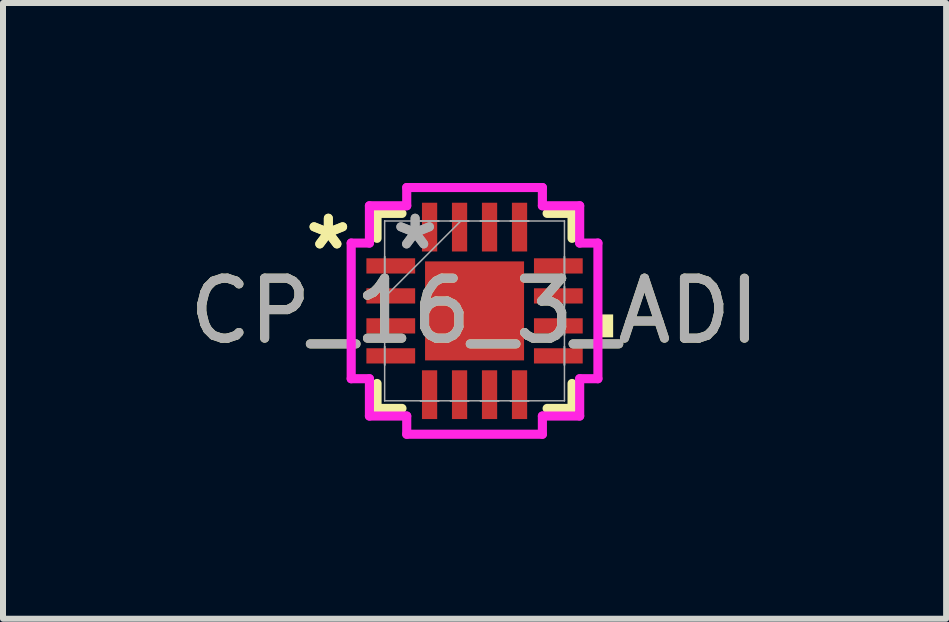
<source format=kicad_pcb>
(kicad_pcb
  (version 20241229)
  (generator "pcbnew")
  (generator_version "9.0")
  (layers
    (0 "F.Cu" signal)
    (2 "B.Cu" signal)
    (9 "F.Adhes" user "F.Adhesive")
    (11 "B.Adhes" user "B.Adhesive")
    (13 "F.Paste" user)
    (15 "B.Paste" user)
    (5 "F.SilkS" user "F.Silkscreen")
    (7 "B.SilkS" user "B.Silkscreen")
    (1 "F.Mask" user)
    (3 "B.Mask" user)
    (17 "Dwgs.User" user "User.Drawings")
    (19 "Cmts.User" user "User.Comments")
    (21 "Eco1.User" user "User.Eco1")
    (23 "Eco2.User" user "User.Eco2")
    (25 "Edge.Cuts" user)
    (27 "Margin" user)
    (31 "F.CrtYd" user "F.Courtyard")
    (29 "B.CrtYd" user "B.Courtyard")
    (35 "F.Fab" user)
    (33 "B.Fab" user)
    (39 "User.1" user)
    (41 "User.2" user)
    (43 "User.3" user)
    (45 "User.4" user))
  (footprint "CP_16_3_ADI"
    (layer "F.Cu")
    (at 4.863 2.134)
    (property "Reference" "CP_16_3_ADI" (at 0 0 0) (unlocked yes) (layer "F.SilkS") (effects (font (size 1 1) (thickness 0.15))))
    (attr smd)
    (fp_line (start -1.626 -1.626) (end -1.626 -1.21) (stroke (width 0.152) (type solid)) (layer "F.SilkS"))
    (fp_line (start -1.626 1.21) (end -1.626 1.626) (stroke (width 0.152) (type solid)) (layer "F.SilkS"))
    (fp_line (start -1.626 1.626) (end -1.21 1.626) (stroke (width 0.152) (type solid)) (layer "F.SilkS"))
    (fp_line (start -1.21 -1.626) (end -1.626 -1.626) (stroke (width 0.152) (type solid)) (layer "F.SilkS"))
    (fp_line (start 1.21 1.626) (end 1.626 1.626) (stroke (width 0.152) (type solid)) (layer "F.SilkS"))
    (fp_line (start 1.626 -1.626) (end 1.21 -1.626) (stroke (width 0.152) (type solid)) (layer "F.SilkS"))
    (fp_line (start 1.626 -1.21) (end 1.626 -1.626) (stroke (width 0.152) (type solid)) (layer "F.SilkS"))
    (fp_line (start 1.626 1.626) (end 1.626 1.21) (stroke (width 0.152) (type solid)) (layer "F.SilkS"))
    (fp_poly (pts (xy 2.311 0.059) (xy 2.311 0.441) (xy 2.057 0.441) (xy 2.057 0.059)) (stroke (width 0) (type solid)) (fill yes) (layer "F.SilkS"))
    (fp_line (start -2.057 -1.131) (end -1.753 -1.131) (stroke (width 0.152) (type solid)) (layer "F.CrtYd"))
    (fp_line (start -2.057 1.131) (end -2.057 -1.131) (stroke (width 0.152) (type solid)) (layer "F.CrtYd"))
    (fp_line (start -1.753 -1.753) (end -1.131 -1.753) (stroke (width 0.152) (type solid)) (layer "F.CrtYd"))
    (fp_line (start -1.753 -1.131) (end -1.753 -1.753) (stroke (width 0.152) (type solid)) (layer "F.CrtYd"))
    (fp_line (start -1.753 1.131) (end -2.057 1.131) (stroke (width 0.152) (type solid)) (layer "F.CrtYd"))
    (fp_line (start -1.753 1.753) (end -1.753 1.131) (stroke (width 0.152) (type solid)) (layer "F.CrtYd"))
    (fp_line (start -1.131 -2.057) (end 1.131 -2.057) (stroke (width 0.152) (type solid)) (layer "F.CrtYd"))
    (fp_line (start -1.131 -1.753) (end -1.131 -2.057) (stroke (width 0.152) (type solid)) (layer "F.CrtYd"))
    (fp_line (start -1.131 1.753) (end -1.753 1.753) (stroke (width 0.152) (type solid)) (layer "F.CrtYd"))
    (fp_line (start -1.131 2.057) (end -1.131 1.753) (stroke (width 0.152) (type solid)) (layer "F.CrtYd"))
    (fp_line (start 1.131 -2.057) (end 1.131 -1.753) (stroke (width 0.152) (type solid)) (layer "F.CrtYd"))
    (fp_line (start 1.131 -1.753) (end 1.753 -1.753) (stroke (width 0.152) (type solid)) (layer "F.CrtYd"))
    (fp_line (start 1.131 1.753) (end 1.131 2.057) (stroke (width 0.152) (type solid)) (layer "F.CrtYd"))
    (fp_line (start 1.131 2.057) (end -1.131 2.057) (stroke (width 0.152) (type solid)) (layer "F.CrtYd"))
    (fp_line (start 1.753 -1.753) (end 1.753 -1.131) (stroke (width 0.152) (type solid)) (layer "F.CrtYd"))
    (fp_line (start 1.753 -1.131) (end 2.057 -1.131) (stroke (width 0.152) (type solid)) (layer "F.CrtYd"))
    (fp_line (start 1.753 1.131) (end 1.753 1.753) (stroke (width 0.152) (type solid)) (layer "F.CrtYd"))
    (fp_line (start 1.753 1.753) (end 1.131 1.753) (stroke (width 0.152) (type solid)) (layer "F.CrtYd"))
    (fp_line (start 2.057 -1.131) (end 2.057 1.131) (stroke (width 0.152) (type solid)) (layer "F.CrtYd"))
    (fp_line (start 2.057 1.131) (end 1.753 1.131) (stroke (width 0.152) (type solid)) (layer "F.CrtYd"))
    (fp_line (start -1.499 -1.499) (end -1.499 -1.499) (stroke (width 0.025) (type solid)) (layer "F.Fab"))
    (fp_line (start -1.499 -1.499) (end -1.499 1.499) (stroke (width 0.025) (type solid)) (layer "F.Fab"))
    (fp_line (start -1.499 -0.902) (end -1.499 -0.902) (stroke (width 0.025) (type solid)) (layer "F.Fab"))
    (fp_line (start -1.499 -0.902) (end -1.499 -0.598) (stroke (width 0.025) (type solid)) (layer "F.Fab"))
    (fp_line (start -1.499 -0.598) (end -1.499 -0.902) (stroke (width 0.025) (type solid)) (layer "F.Fab"))
    (fp_line (start -1.499 -0.598) (end -1.499 -0.598) (stroke (width 0.025) (type solid)) (layer "F.Fab"))
    (fp_line (start -1.499 -0.402) (end -1.499 -0.402) (stroke (width 0.025) (type solid)) (layer "F.Fab"))
    (fp_line (start -1.499 -0.402) (end -1.499 -0.098) (stroke (width 0.025) (type solid)) (layer "F.Fab"))
    (fp_line (start -1.499 -0.229) (end -0.229 -1.499) (stroke (width 0.025) (type solid)) (layer "F.Fab"))
    (fp_line (start -1.499 -0.098) (end -1.499 -0.402) (stroke (width 0.025) (type solid)) (layer "F.Fab"))
    (fp_line (start -1.499 -0.098) (end -1.499 -0.098) (stroke (width 0.025) (type solid)) (layer "F.Fab"))
    (fp_line (start -1.499 0.098) (end -1.499 0.098) (stroke (width 0.025) (type solid)) (layer "F.Fab"))
    (fp_line (start -1.499 0.098) (end -1.499 0.402) (stroke (width 0.025) (type solid)) (layer "F.Fab"))
    (fp_line (start -1.499 0.402) (end -1.499 0.098) (stroke (width 0.025) (type solid)) (layer "F.Fab"))
    (fp_line (start -1.499 0.402) (end -1.499 0.402) (stroke (width 0.025) (type solid)) (layer "F.Fab"))
    (fp_line (start -1.499 0.598) (end -1.499 0.598) (stroke (width 0.025) (type solid)) (layer "F.Fab"))
    (fp_line (start -1.499 0.598) (end -1.499 0.902) (stroke (width 0.025) (type solid)) (layer "F.Fab"))
    (fp_line (start -1.499 0.902) (end -1.499 0.598) (stroke (width 0.025) (type solid)) (layer "F.Fab"))
    (fp_line (start -1.499 0.902) (end -1.499 0.902) (stroke (width 0.025) (type solid)) (layer "F.Fab"))
    (fp_line (start -1.499 1.499) (end -1.499 1.499) (stroke (width 0.025) (type solid)) (layer "F.Fab"))
    (fp_line (start -1.499 1.499) (end 1.499 1.499) (stroke (width 0.025) (type solid)) (layer "F.Fab"))
    (fp_line (start -0.902 -1.499) (end -0.902 -1.499) (stroke (width 0.025) (type solid)) (layer "F.Fab"))
    (fp_line (start -0.902 -1.499) (end -0.598 -1.499) (stroke (width 0.025) (type solid)) (layer "F.Fab"))
    (fp_line (start -0.902 1.499) (end -0.902 1.499) (stroke (width 0.025) (type solid)) (layer "F.Fab"))
    (fp_line (start -0.902 1.499) (end -0.598 1.499) (stroke (width 0.025) (type solid)) (layer "F.Fab"))
    (fp_line (start -0.598 -1.499) (end -0.902 -1.499) (stroke (width 0.025) (type solid)) (layer "F.Fab"))
    (fp_line (start -0.598 -1.499) (end -0.598 -1.499) (stroke (width 0.025) (type solid)) (layer "F.Fab"))
    (fp_line (start -0.598 1.499) (end -0.902 1.499) (stroke (width 0.025) (type solid)) (layer "F.Fab"))
    (fp_line (start -0.598 1.499) (end -0.598 1.499) (stroke (width 0.025) (type solid)) (layer "F.Fab"))
    (fp_line (start -0.402 -1.499) (end -0.402 -1.499) (stroke (width 0.025) (type solid)) (layer "F.Fab"))
    (fp_line (start -0.402 -1.499) (end -0.098 -1.499) (stroke (width 0.025) (type solid)) (layer "F.Fab"))
    (fp_line (start -0.402 1.499) (end -0.402 1.499) (stroke (width 0.025) (type solid)) (layer "F.Fab"))
    (fp_line (start -0.402 1.499) (end -0.098 1.499) (stroke (width 0.025) (type solid)) (layer "F.Fab"))
    (fp_line (start -0.098 -1.499) (end -0.402 -1.499) (stroke (width 0.025) (type solid)) (layer "F.Fab"))
    (fp_line (start -0.098 -1.499) (end -0.098 -1.499) (stroke (width 0.025) (type solid)) (layer "F.Fab"))
    (fp_line (start -0.098 1.499) (end -0.402 1.499) (stroke (width 0.025) (type solid)) (layer "F.Fab"))
    (fp_line (start -0.098 1.499) (end -0.098 1.499) (stroke (width 0.025) (type solid)) (layer "F.Fab"))
    (fp_line (start 0.098 -1.499) (end 0.098 -1.499) (stroke (width 0.025) (type solid)) (layer "F.Fab"))
    (fp_line (start 0.098 -1.499) (end 0.402 -1.499) (stroke (width 0.025) (type solid)) (layer "F.Fab"))
    (fp_line (start 0.098 1.499) (end 0.098 1.499) (stroke (width 0.025) (type solid)) (layer "F.Fab"))
    (fp_line (start 0.098 1.499) (end 0.402 1.499) (stroke (width 0.025) (type solid)) (layer "F.Fab"))
    (fp_line (start 0.402 -1.499) (end 0.098 -1.499) (stroke (width 0.025) (type solid)) (layer "F.Fab"))
    (fp_line (start 0.402 -1.499) (end 0.402 -1.499) (stroke (width 0.025) (type solid)) (layer "F.Fab"))
    (fp_line (start 0.402 1.499) (end 0.098 1.499) (stroke (width 0.025) (type solid)) (layer "F.Fab"))
    (fp_line (start 0.402 1.499) (end 0.402 1.499) (stroke (width 0.025) (type solid)) (layer "F.Fab"))
    (fp_line (start 0.598 -1.499) (end 0.598 -1.499) (stroke (width 0.025) (type solid)) (layer "F.Fab"))
    (fp_line (start 0.598 -1.499) (end 0.902 -1.499) (stroke (width 0.025) (type solid)) (layer "F.Fab"))
    (fp_line (start 0.598 1.499) (end 0.598 1.499) (stroke (width 0.025) (type solid)) (layer "F.Fab"))
    (fp_line (start 0.598 1.499) (end 0.902 1.499) (stroke (width 0.025) (type solid)) (layer "F.Fab"))
    (fp_line (start 0.902 -1.499) (end 0.598 -1.499) (stroke (width 0.025) (type solid)) (layer "F.Fab"))
    (fp_line (start 0.902 -1.499) (end 0.902 -1.499) (stroke (width 0.025) (type solid)) (layer "F.Fab"))
    (fp_line (start 0.902 1.499) (end 0.598 1.499) (stroke (width 0.025) (type solid)) (layer "F.Fab"))
    (fp_line (start 0.902 1.499) (end 0.902 1.499) (stroke (width 0.025) (type solid)) (layer "F.Fab"))
    (fp_line (start 1.499 -1.499) (end -1.499 -1.499) (stroke (width 0.025) (type solid)) (layer "F.Fab"))
    (fp_line (start 1.499 -1.499) (end 1.499 -1.499) (stroke (width 0.025) (type solid)) (layer "F.Fab"))
    (fp_line (start 1.499 -0.902) (end 1.499 -0.902) (stroke (width 0.025) (type solid)) (layer "F.Fab"))
    (fp_line (start 1.499 -0.902) (end 1.499 -0.598) (stroke (width 0.025) (type solid)) (layer "F.Fab"))
    (fp_line (start 1.499 -0.598) (end 1.499 -0.902) (stroke (width 0.025) (type solid)) (layer "F.Fab"))
    (fp_line (start 1.499 -0.598) (end 1.499 -0.598) (stroke (width 0.025) (type solid)) (layer "F.Fab"))
    (fp_line (start 1.499 -0.402) (end 1.499 -0.402) (stroke (width 0.025) (type solid)) (layer "F.Fab"))
    (fp_line (start 1.499 -0.402) (end 1.499 -0.098) (stroke (width 0.025) (type solid)) (layer "F.Fab"))
    (fp_line (start 1.499 -0.098) (end 1.499 -0.402) (stroke (width 0.025) (type solid)) (layer "F.Fab"))
    (fp_line (start 1.499 -0.098) (end 1.499 -0.098) (stroke (width 0.025) (type solid)) (layer "F.Fab"))
    (fp_line (start 1.499 0.098) (end 1.499 0.098) (stroke (width 0.025) (type solid)) (layer "F.Fab"))
    (fp_line (start 1.499 0.098) (end 1.499 0.402) (stroke (width 0.025) (type solid)) (layer "F.Fab"))
    (fp_line (start 1.499 0.402) (end 1.499 0.098) (stroke (width 0.025) (type solid)) (layer "F.Fab"))
    (fp_line (start 1.499 0.402) (end 1.499 0.402) (stroke (width 0.025) (type solid)) (layer "F.Fab"))
    (fp_line (start 1.499 0.598) (end 1.499 0.598) (stroke (width 0.025) (type solid)) (layer "F.Fab"))
    (fp_line (start 1.499 0.598) (end 1.499 0.902) (stroke (width 0.025) (type solid)) (layer "F.Fab"))
    (fp_line (start 1.499 0.902) (end 1.499 0.598) (stroke (width 0.025) (type solid)) (layer "F.Fab"))
    (fp_line (start 1.499 0.902) (end 1.499 0.902) (stroke (width 0.025) (type solid)) (layer "F.Fab"))
    (fp_line (start 1.499 1.499) (end 1.499 -1.499) (stroke (width 0.025) (type solid)) (layer "F.Fab"))
    (fp_line (start 1.499 1.499) (end 1.499 1.499) (stroke (width 0.025) (type solid)) (layer "F.Fab"))
    (fp_text user "*" (at -2.438 -1 0) (unlocked yes) (layer "F.SilkS") (effects (font (size 1 1) (thickness 0.15))))
    (fp_text user "*" (at -2.438 -1 0) (layer "F.SilkS") (effects (font (size 1 1) (thickness 0.15))))
    (fp_text user "*" (at -0.991 -1 0) (unlocked yes) (layer "F.Fab") (effects (font (size 1 1) (thickness 0.15))))
    (fp_text user "${REFERENCE}" (at 0 0 0) (unlocked yes) (layer "F.Fab") (effects (font (size 1 1) (thickness 0.15))))
    (fp_text user "*" (at -0.991 -1 0) (layer "F.Fab") (effects (font (size 1 1) (thickness 0.15))))
    (pad "1" smd rect (at -1.397 -0.75 90) (size 0.254 0.813) (layers "F.Cu" "F.Mask" "F.Paste"))
    (pad "2" smd rect (at -1.397 -0.25 90) (size 0.254 0.813) (layers "F.Cu" "F.Mask" "F.Paste"))
    (pad "3" smd rect (at -1.397 0.25 90) (size 0.254 0.813) (layers "F.Cu" "F.Mask" "F.Paste"))
    (pad "4" smd rect (at -1.397 0.75 90) (size 0.254 0.813) (layers "F.Cu" "F.Mask" "F.Paste"))
    (pad "5" smd rect (at -0.75 1.397) (size 0.254 0.813) (layers "F.Cu" "F.Mask" "F.Paste"))
    (pad "6" smd rect (at -0.25 1.397) (size 0.254 0.813) (layers "F.Cu" "F.Mask" "F.Paste"))
    (pad "7" smd rect (at 0.25 1.397) (size 0.254 0.813) (layers "F.Cu" "F.Mask" "F.Paste"))
    (pad "8" smd rect (at 0.75 1.397) (size 0.254 0.813) (layers "F.Cu" "F.Mask" "F.Paste"))
    (pad "9" smd rect (at 1.397 0.75 90) (size 0.254 0.813) (layers "F.Cu" "F.Mask" "F.Paste"))
    (pad "10" smd rect (at 1.397 0.25 90) (size 0.254 0.813) (layers "F.Cu" "F.Mask" "F.Paste"))
    (pad "11" smd rect (at 1.397 -0.25 90) (size 0.254 0.813) (layers "F.Cu" "F.Mask" "F.Paste"))
    (pad "12" smd rect (at 1.397 -0.75 90) (size 0.254 0.813) (layers "F.Cu" "F.Mask" "F.Paste"))
    (pad "13" smd rect (at 0.75 -1.397) (size 0.254 0.813) (layers "F.Cu" "F.Mask" "F.Paste"))
    (pad "14" smd rect (at 0.25 -1.397) (size 0.254 0.813) (layers "F.Cu" "F.Mask" "F.Paste"))
    (pad "15" smd rect (at -0.25 -1.397) (size 0.254 0.813) (layers "F.Cu" "F.Mask" "F.Paste"))
    (pad "16" smd rect (at -0.75 -1.397) (size 0.254 0.813) (layers "F.Cu" "F.Mask" "F.Paste"))
    (pad "17" smd rect (at 0 0) (size 1.651 1.651) (layers "F.Cu" "F.Mask" "F.Paste")))
  (gr_rect
    (start -3 -3)
    (end 12.726 7.267)
    (stroke (width 0.1) (type default))
    (fill no)
    (layer "Edge.Cuts")))
</source>
